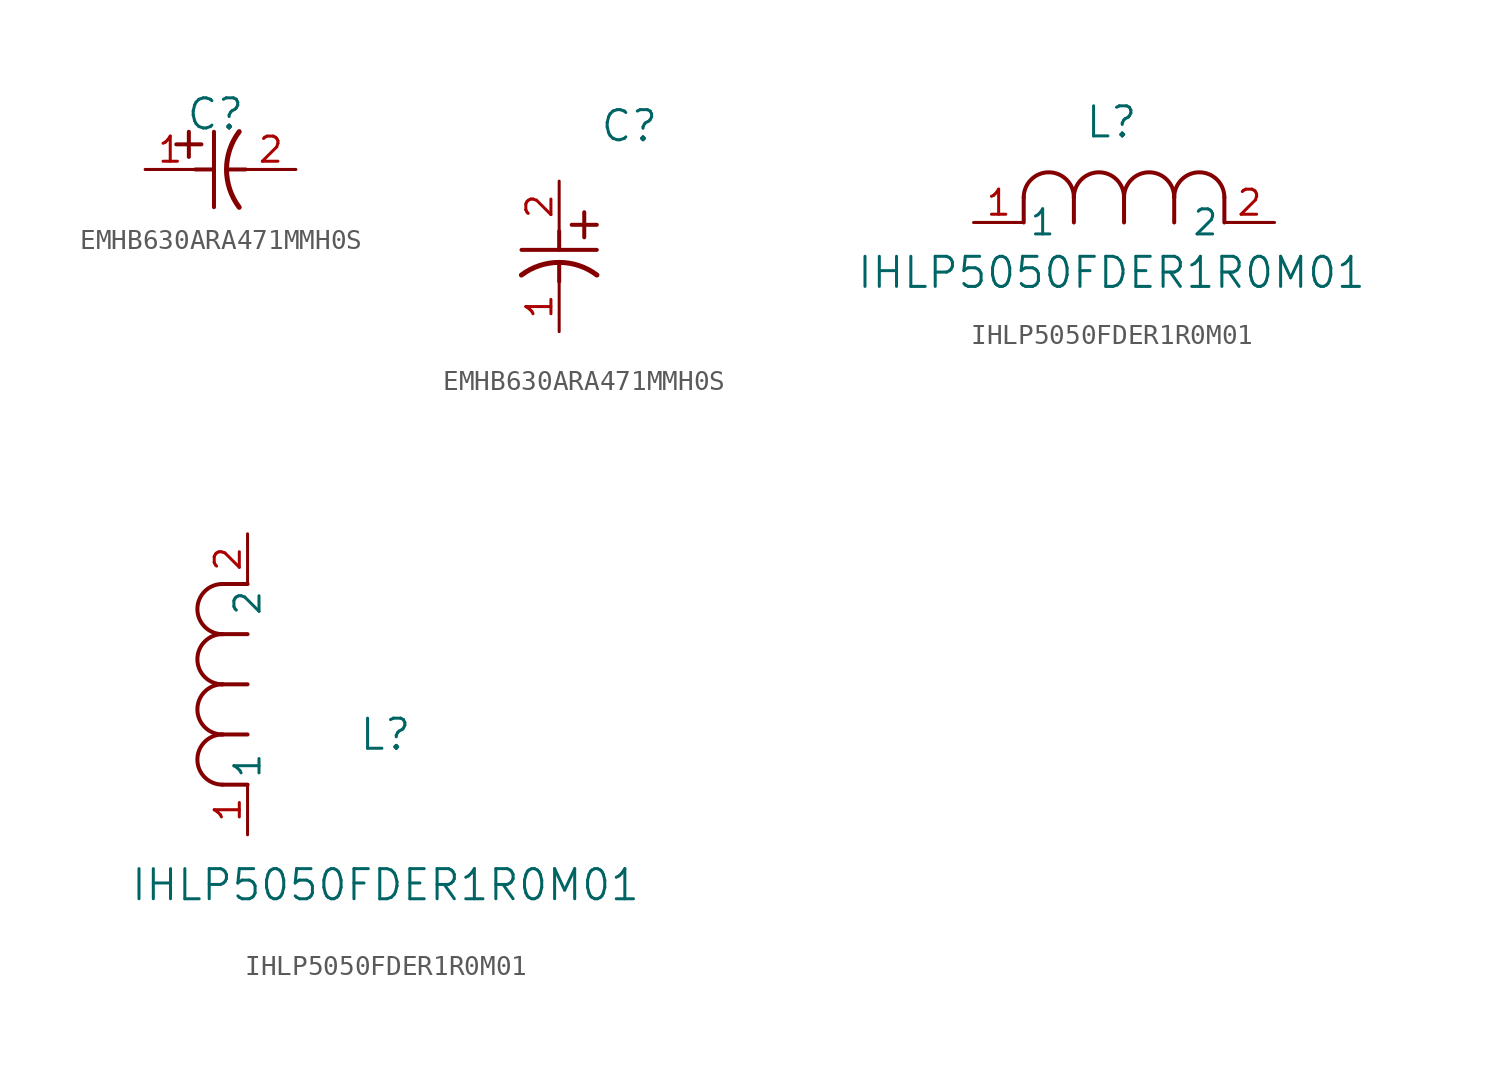
<source format=kicad_sym>
(kicad_symbol_lib
  (version 20231120)
  (generator "kicad_symbol_editor")
  (generator_version "8.0")
  (symbol "EMHB630ARA471MMH0S"
    (pin_names
      (offset 0.254))
    (property "Reference" "C"
      (at 3.556 2.794 0)
      (effects (font (size 1.524 1.524))))
    (property "ki_locked" ""
      (at 0 0 0)
      (effects (font (size 1.27 1.27))))
    (symbol "EMHB630ARA471MMH0S_1_1"
      (polyline (pts (xy 1.575 1.27) (xy 2.845 1.27)) (stroke (width 0.203) (type default)) (fill (type none)))
      (polyline (pts (xy 2.21 0.635) (xy 2.21 1.905)) (stroke (width 0.203) (type default)) (fill (type none)))
      (polyline (pts (xy 2.54 0) (xy 3.48 0)) (stroke (width 0.203) (type default)) (fill (type none)))
      (polyline (pts (xy 3.48 -1.905) (xy 3.48 1.905)) (stroke (width 0.203) (type default)) (fill (type none)))
      (polyline (pts (xy 4.115 0) (xy 5.08 0)) (stroke (width 0.203) (type default)) (fill (type none)))
      (arc (start 4.7541 1.9108) (mid 4.1148 0) (end 4.7541 -1.9108) (stroke (width 0.254) (type default)) (fill (type none)))
      (pin unspecified line (at 0 0 0) (length 2.54) (name "" (effects (font (size 1.27 1.27)))) (number "1" (effects (font (size 1.27 1.27)))))
      (pin unspecified line (at 7.62 0 180) (length 2.54) (name "" (effects (font (size 1.27 1.27)))) (number "2" (effects (font (size 1.27 1.27))))))
    (symbol "EMHB630ARA471MMH0S_1_2"
      (polyline (pts (xy -1.905 -3.48) (xy 1.905 -3.48)) (stroke (width 0.203) (type default)) (fill (type none)))
      (polyline (pts (xy 0 -4.115) (xy 0 -5.08)) (stroke (width 0.203) (type default)) (fill (type none)))
      (polyline (pts (xy 0 -2.54) (xy 0 -3.48)) (stroke (width 0.203) (type default)) (fill (type none)))
      (polyline (pts (xy 0.635 -2.21) (xy 1.905 -2.21)) (stroke (width 0.203) (type default)) (fill (type none)))
      (polyline (pts (xy 1.27 -1.575) (xy 1.27 -2.845)) (stroke (width 0.203) (type default)) (fill (type none)))
      (arc (start 1.9108 -4.7541) (mid 0 -4.1148) (end -1.9108 -4.7541) (stroke (width 0.254) (type default)) (fill (type none)))
      (pin unspecified line (at 0 -7.62 90) (length 2.54) (name "" (effects (font (size 1.27 1.27)))) (number "1" (effects (font (size 1.27 1.27)))))
      (pin unspecified line (at 0 0 270) (length 2.54) (name "" (effects (font (size 1.27 1.27)))) (number "2" (effects (font (size 1.27 1.27)))))))
  (symbol "IHLP5050FDER1R0M01"
    (pin_names
      (offset 0.254))
    (property "Reference" "L"
      (at 6.985 5.08 0)
      (effects (font (size 1.524 1.524))))
    (property "Value" "IHLP5050FDER1R0M01"
      (at 6.985 -2.54 0)
      (effects (font (size 1.524 1.524))))
    (property "ki_locked" ""
      (at 0 0 0)
      (effects (font (size 1.27 1.27))))
    (symbol "IHLP5050FDER1R0M01_1_1"
      (polyline (pts (xy 2.54 0) (xy 2.54 1.27)) (stroke (width 0.203) (type default)) (fill (type none)))
      (polyline (pts (xy 5.08 0) (xy 5.08 1.27)) (stroke (width 0.203) (type default)) (fill (type none)))
      (polyline (pts (xy 7.62 0) (xy 7.62 1.27)) (stroke (width 0.203) (type default)) (fill (type none)))
      (polyline (pts (xy 10.16 0) (xy 10.16 1.27)) (stroke (width 0.203) (type default)) (fill (type none)))
      (polyline (pts (xy 12.7 0) (xy 12.7 1.27)) (stroke (width 0.203) (type default)) (fill (type none)))
      (arc (start 5.08 1.27) (mid 3.81 2.5344) (end 2.54 1.27) (stroke (width 0.2032) (type default)) (fill (type none)))
      (arc (start 7.62 1.27) (mid 6.35 2.5344) (end 5.08 1.27) (stroke (width 0.2032) (type default)) (fill (type none)))
      (arc (start 10.16 1.27) (mid 8.89 2.5344) (end 7.62 1.27) (stroke (width 0.2032) (type default)) (fill (type none)))
      (arc (start 12.7 1.27) (mid 11.43 2.5344) (end 10.16 1.27) (stroke (width 0.2032) (type default)) (fill (type none)))
      (pin unspecified line (at 0 0 0) (length 2.54) (name "1" (effects (font (size 1.27 1.27)))) (number "1" (effects (font (size 1.27 1.27)))))
      (pin unspecified line (at 15.24 0 180) (length 2.54) (name "2" (effects (font (size 1.27 1.27)))) (number "2" (effects (font (size 1.27 1.27))))))
    (symbol "IHLP5050FDER1R0M01_1_2"
      (arc (start -1.27 5.08) (mid -2.5344 3.81) (end -1.27 2.54) (stroke (width 0.2032) (type default)) (fill (type none)))
      (arc (start -1.27 7.62) (mid -2.5344 6.35) (end -1.27 5.08) (stroke (width 0.2032) (type default)) (fill (type none)))
      (arc (start -1.27 10.16) (mid -2.5344 8.89) (end -1.27 7.62) (stroke (width 0.2032) (type default)) (fill (type none)))
      (arc (start -1.27 12.7) (mid -2.5344 11.43) (end -1.27 10.16) (stroke (width 0.2032) (type default)) (fill (type none)))
      (polyline (pts (xy 0 2.54) (xy -1.27 2.54)) (stroke (width 0.203) (type default)) (fill (type none)))
      (polyline (pts (xy 0 5.08) (xy -1.27 5.08)) (stroke (width 0.203) (type default)) (fill (type none)))
      (polyline (pts (xy 0 7.62) (xy -1.27 7.62)) (stroke (width 0.203) (type default)) (fill (type none)))
      (polyline (pts (xy 0 10.16) (xy -1.27 10.16)) (stroke (width 0.203) (type default)) (fill (type none)))
      (polyline (pts (xy 0 12.7) (xy -1.27 12.7)) (stroke (width 0.203) (type default)) (fill (type none)))
      (pin unspecified line (at 0 0 90) (length 2.54) (name "1" (effects (font (size 1.27 1.27)))) (number "1" (effects (font (size 1.27 1.27)))))
      (pin unspecified line (at 0 15.24 270) (length 2.54) (name "2" (effects (font (size 1.27 1.27)))) (number "2" (effects (font (size 1.27 1.27))))))))
</source>
